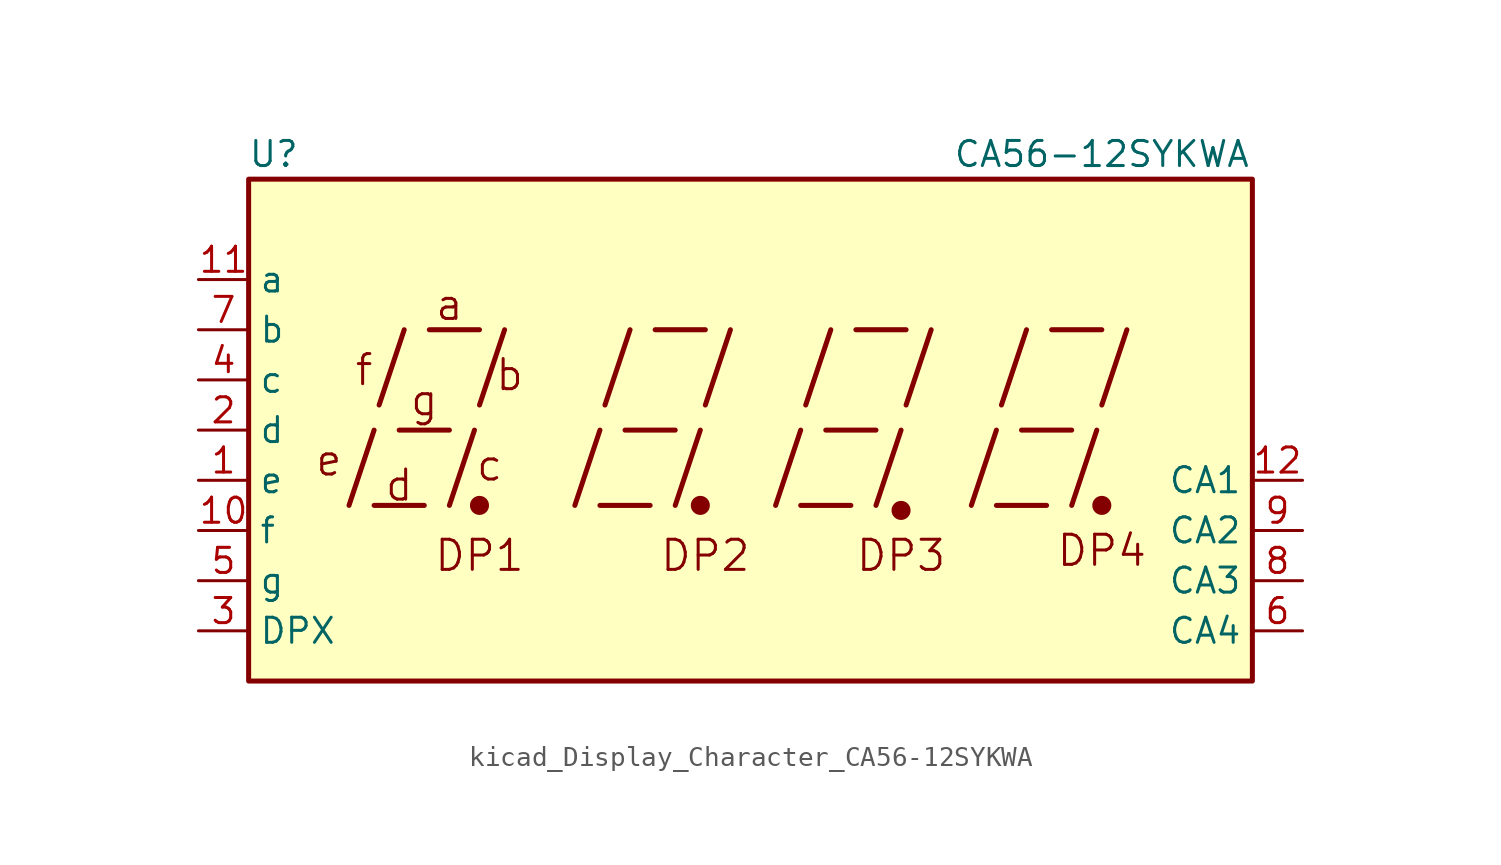
<source format=kicad_sym>
(kicad_symbol_lib
  (version 20220914)
  (generator kicad_symbol_editor)
  (symbol "kicad_Display_Character_CA56-12SYKWA"
    (property "Reference" "U"
      (at -24.13 13.97 0)
      (effects (font (size 1.27 1.27))))
    (property "Value" "CA56-12SYKWA"
      (at 17.78 13.97 0)
      (effects (font (size 1.27 1.27))))
    (symbol "kicad_Display_Character_CA56-12SYKWA_0_0"
      (rectangle (start -25.4 12.7) (end 25.4 -12.7) (stroke (width 0.254) (type default)) (fill (type background)))
      (polyline (pts (xy -20.32 -3.81) (xy -19.05 0)) (stroke (width 0.254) (type default)) (fill (type none)))
      (polyline (pts (xy -19.05 -3.81) (xy -16.51 -3.81)) (stroke (width 0.254) (type default)) (fill (type none)))
      (polyline (pts (xy -18.796 1.27) (xy -17.526 5.08)) (stroke (width 0.254) (type default)) (fill (type none)))
      (polyline (pts (xy -17.78 0) (xy -15.24 0)) (stroke (width 0.254) (type default)) (fill (type none)))
      (polyline (pts (xy -16.256 5.08) (xy -13.716 5.08)) (stroke (width 0.254) (type default)) (fill (type none)))
      (polyline (pts (xy -15.24 -3.81) (xy -13.97 0)) (stroke (width 0.254) (type default)) (fill (type none)))
      (polyline (pts (xy -13.716 1.27) (xy -12.446 5.08)) (stroke (width 0.254) (type default)) (fill (type none)))
      (polyline (pts (xy -8.89 -3.81) (xy -7.62 0)) (stroke (width 0.254) (type default)) (fill (type none)))
      (polyline (pts (xy -7.62 -3.81) (xy -5.08 -3.81)) (stroke (width 0.254) (type default)) (fill (type none)))
      (polyline (pts (xy -7.366 1.27) (xy -6.096 5.08)) (stroke (width 0.254) (type default)) (fill (type none)))
      (polyline (pts (xy -6.35 0) (xy -3.81 0)) (stroke (width 0.254) (type default)) (fill (type none)))
      (polyline (pts (xy -4.826 5.08) (xy -2.286 5.08)) (stroke (width 0.254) (type default)) (fill (type none)))
      (polyline (pts (xy -3.81 -3.81) (xy -2.54 0)) (stroke (width 0.254) (type default)) (fill (type none)))
      (polyline (pts (xy -2.286 1.27) (xy -1.016 5.08)) (stroke (width 0.254) (type default)) (fill (type none)))
      (polyline (pts (xy 1.27 -3.81) (xy 2.54 0)) (stroke (width 0.254) (type default)) (fill (type none)))
      (polyline (pts (xy 2.54 -3.81) (xy 5.08 -3.81)) (stroke (width 0.254) (type default)) (fill (type none)))
      (polyline (pts (xy 2.794 1.27) (xy 4.064 5.08)) (stroke (width 0.254) (type default)) (fill (type none)))
      (polyline (pts (xy 3.81 0) (xy 6.35 0)) (stroke (width 0.254) (type default)) (fill (type none)))
      (polyline (pts (xy 5.334 5.08) (xy 7.874 5.08)) (stroke (width 0.254) (type default)) (fill (type none)))
      (polyline (pts (xy 6.35 -3.81) (xy 7.62 0)) (stroke (width 0.254) (type default)) (fill (type none)))
      (polyline (pts (xy 7.874 1.27) (xy 9.144 5.08)) (stroke (width 0.254) (type default)) (fill (type none)))
      (polyline (pts (xy 11.176 -3.81) (xy 12.446 0)) (stroke (width 0.254) (type default)) (fill (type none)))
      (polyline (pts (xy 12.446 -3.81) (xy 14.986 -3.81)) (stroke (width 0.254) (type default)) (fill (type none)))
      (polyline (pts (xy 12.7 1.27) (xy 13.97 5.08)) (stroke (width 0.254) (type default)) (fill (type none)))
      (polyline (pts (xy 13.716 0) (xy 16.256 0)) (stroke (width 0.254) (type default)) (fill (type none)))
      (polyline (pts (xy 15.24 5.08) (xy 17.78 5.08)) (stroke (width 0.254) (type default)) (fill (type none)))
      (polyline (pts (xy 16.256 -3.81) (xy 17.526 0)) (stroke (width 0.254) (type default)) (fill (type none)))
      (polyline (pts (xy 17.78 1.27) (xy 19.05 5.08)) (stroke (width 0.254) (type default)) (fill (type none)))
      (text "a" (at -15.24 6.35 0) (effects (font (size 1.524 1.524))))
      (text "b" (at -12.192 2.794 0) (effects (font (size 1.524 1.524))))
      (text "c" (at -13.208 -1.778 0) (effects (font (size 1.524 1.524))))
      (text "d" (at -17.78 -2.794 0) (effects (font (size 1.524 1.524))))
      (text "DP1" (at -13.716 -6.35 0) (effects (font (size 1.524 1.524))))
      (text "DP2" (at -2.286 -6.35 0) (effects (font (size 1.524 1.524))))
      (text "DP3" (at 7.62 -6.35 0) (effects (font (size 1.524 1.524))))
      (text "DP4" (at 17.78 -6.096 0) (effects (font (size 1.524 1.524))))
      (text "e" (at -21.336 -1.524 0) (effects (font (size 1.524 1.524))))
      (text "f" (at -19.558 3.048 0) (effects (font (size 1.524 1.524))))
      (text "g" (at -16.51 1.524 0) (effects (font (size 1.524 1.524)))))
    (symbol "kicad_Display_Character_CA56-12SYKWA_0_1"
      (circle (center -13.716 -3.81) (radius 0.356) (stroke (width 0.254) (type default)) (fill (type outline)))
      (circle (center -2.54 -3.81) (radius 0.356) (stroke (width 0.254) (type default)) (fill (type outline))))
    (symbol "kicad_Display_Character_CA56-12SYKWA_1_0"
      (circle (center 7.62 -4.064) (radius 0.356) (stroke (width 0.254) (type default)) (fill (type outline)))
      (circle (center 17.78 -3.81) (radius 0.356) (stroke (width 0.254) (type default)) (fill (type outline))))
    (symbol "kicad_Display_Character_CA56-12SYKWA_1_1"
      (pin input line (at -27.94 -2.54 0) (length 2.54) (name "e" (effects (font (size 1.27 1.27)))) (number "1" (effects (font (size 1.27 1.27)))))
      (pin input line (at -27.94 -5.08 0) (length 2.54) (name "f" (effects (font (size 1.27 1.27)))) (number "10" (effects (font (size 1.27 1.27)))))
      (pin input line (at -27.94 7.62 0) (length 2.54) (name "a" (effects (font (size 1.27 1.27)))) (number "11" (effects (font (size 1.27 1.27)))))
      (pin input line (at 27.94 -2.54 180) (length 2.54) (name "CA1" (effects (font (size 1.27 1.27)))) (number "12" (effects (font (size 1.27 1.27)))))
      (pin input line (at -27.94 0 0) (length 2.54) (name "d" (effects (font (size 1.27 1.27)))) (number "2" (effects (font (size 1.27 1.27)))))
      (pin input line (at -27.94 -10.16 0) (length 2.54) (name "DPX" (effects (font (size 1.27 1.27)))) (number "3" (effects (font (size 1.27 1.27)))))
      (pin input line (at -27.94 2.54 0) (length 2.54) (name "c" (effects (font (size 1.27 1.27)))) (number "4" (effects (font (size 1.27 1.27)))))
      (pin input line (at -27.94 -7.62 0) (length 2.54) (name "g" (effects (font (size 1.27 1.27)))) (number "5" (effects (font (size 1.27 1.27)))))
      (pin input line (at 27.94 -10.16 180) (length 2.54) (name "CA4" (effects (font (size 1.27 1.27)))) (number "6" (effects (font (size 1.27 1.27)))))
      (pin input line (at -27.94 5.08 0) (length 2.54) (name "b" (effects (font (size 1.27 1.27)))) (number "7" (effects (font (size 1.27 1.27)))))
      (pin input line (at 27.94 -7.62 180) (length 2.54) (name "CA3" (effects (font (size 1.27 1.27)))) (number "8" (effects (font (size 1.27 1.27)))))
      (pin input line (at 27.94 -5.08 180) (length 2.54) (name "CA2" (effects (font (size 1.27 1.27)))) (number "9" (effects (font (size 1.27 1.27))))))))
</source>
